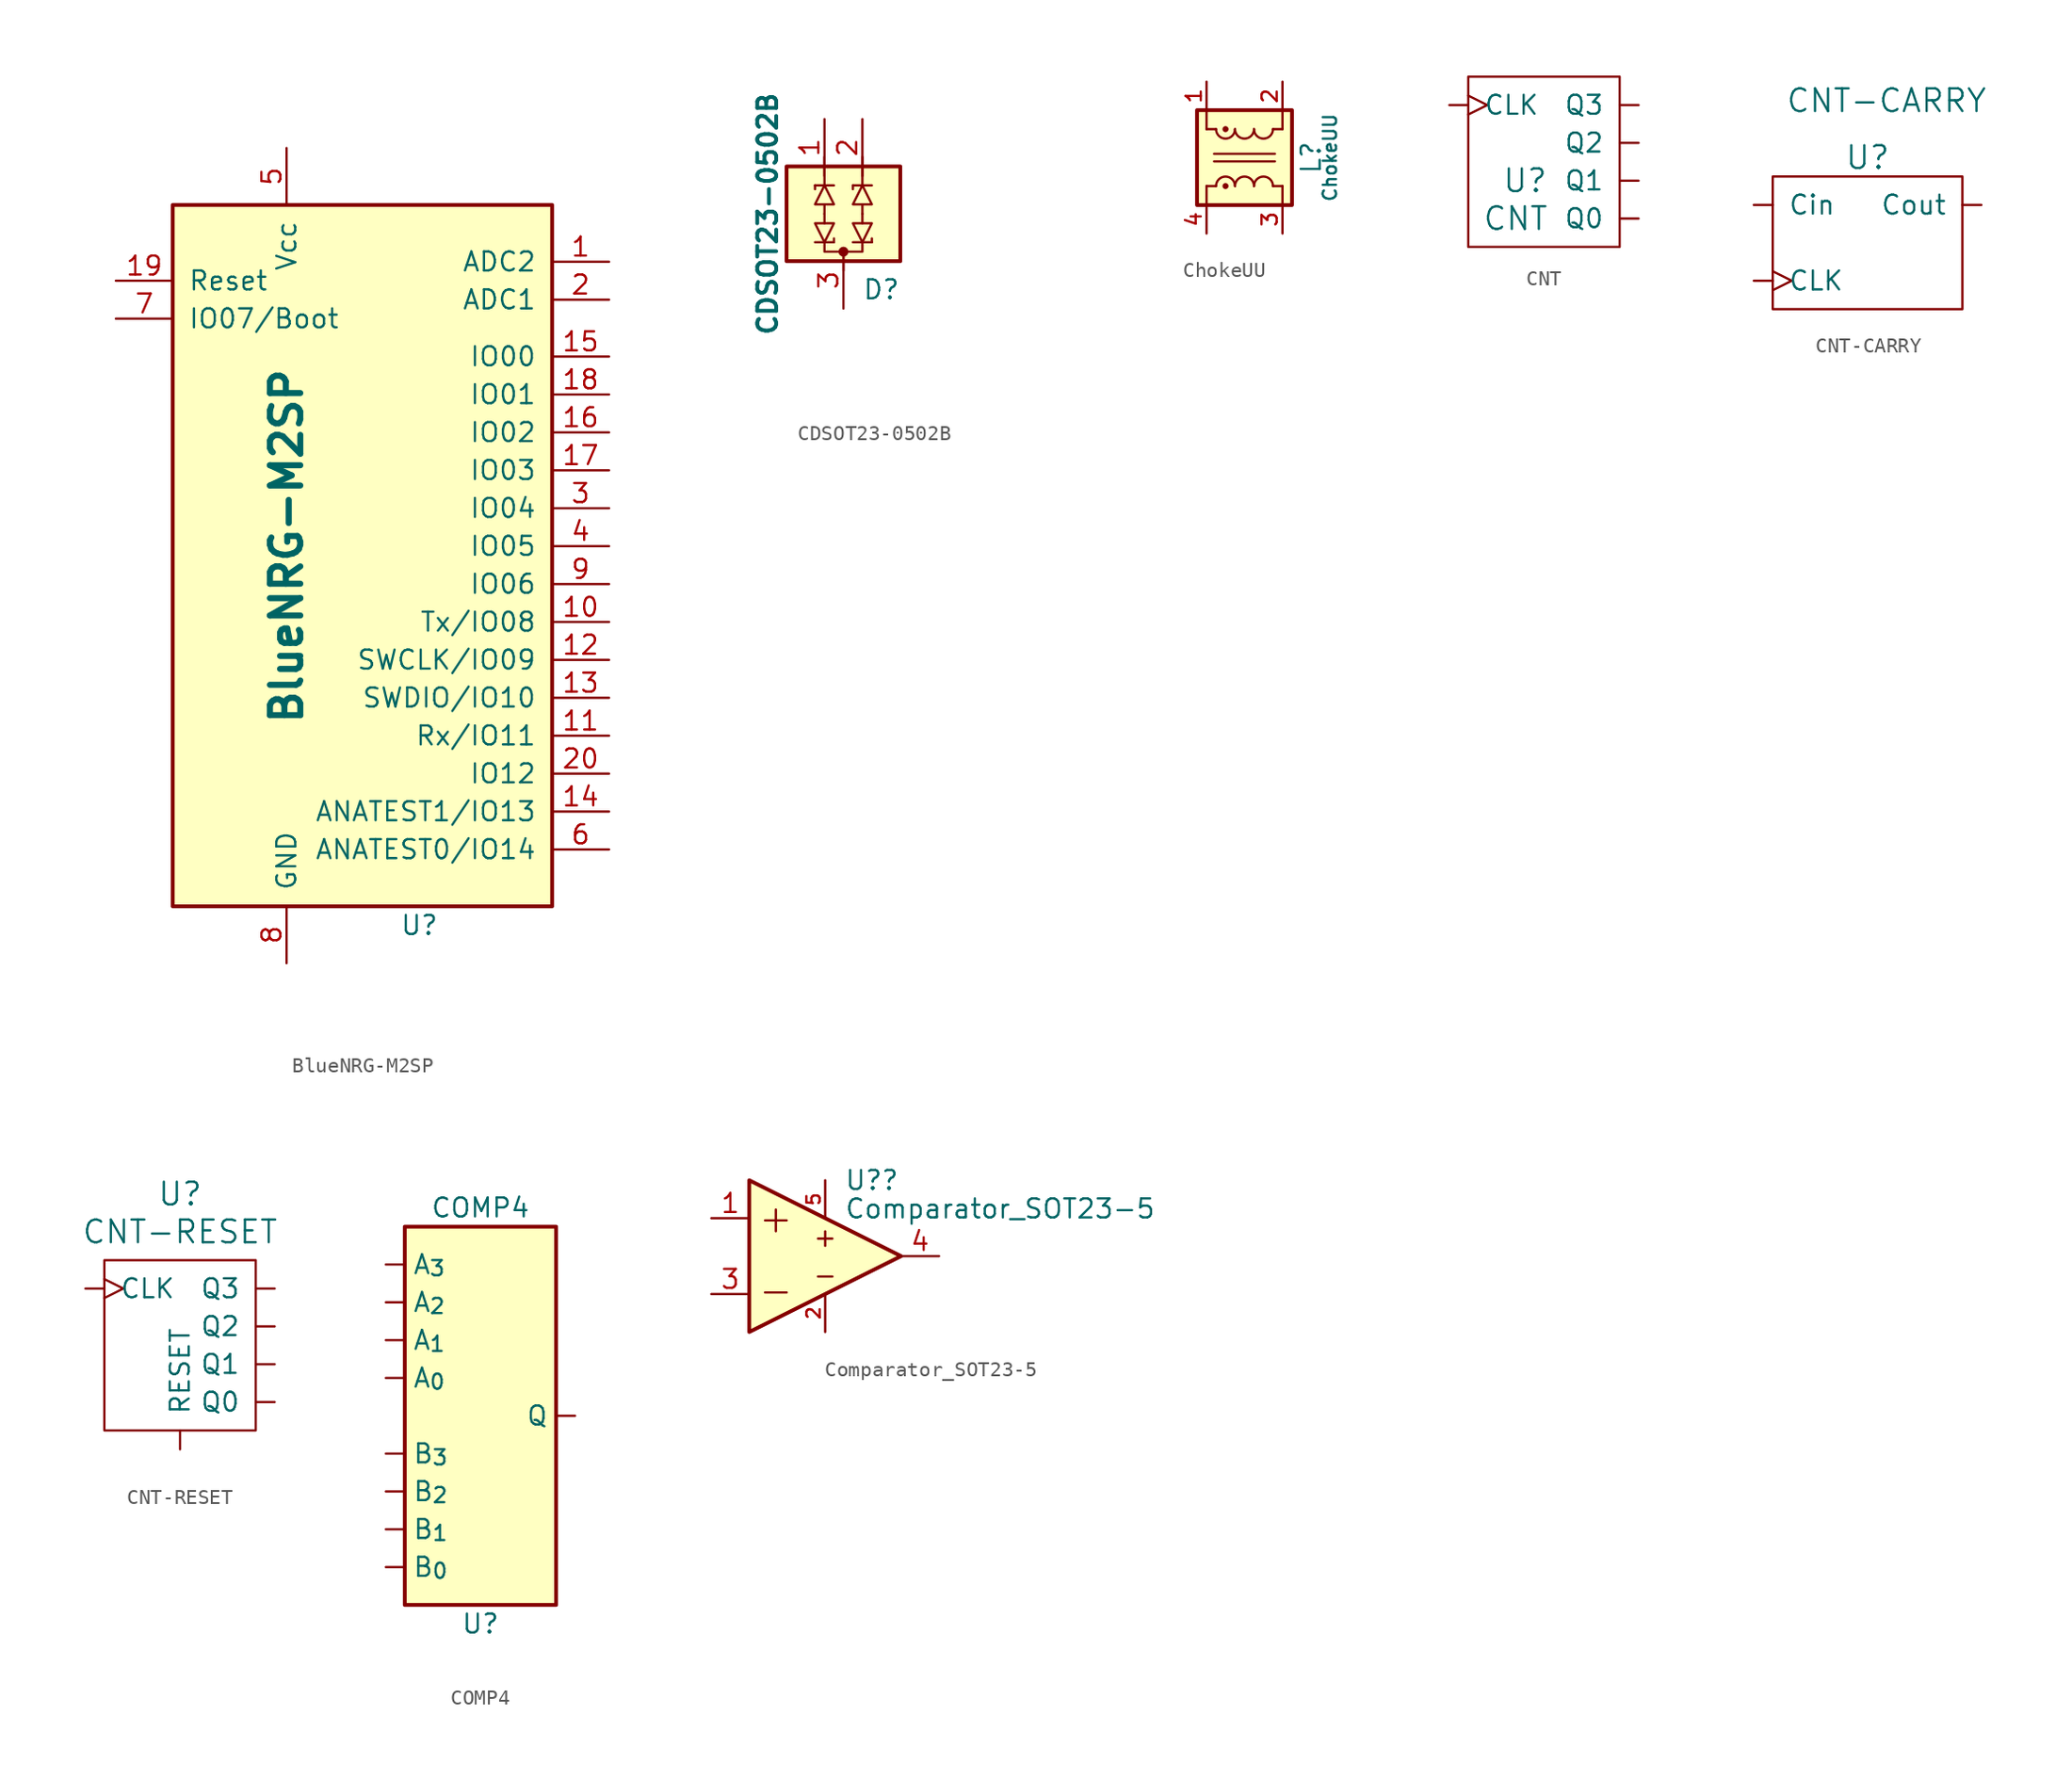
<source format=kicad_sym>
(kicad_symbol_lib
  (version 20231120)
  (generator "kicad_symbol_editor")
  (generator_version "8.0")
  (symbol "BlueNRG-M2SP"
    (pin_names
      (offset 1.016))
    (property "Reference" "U"
      (at 8.89 -25.4 0)
      (effects (font (size 1.27 1.27))))
    (property "Value" "BlueNRG-M2SP"
      (at 0 0 90)
      (effects (font (size 2.032 2.032) (bold yes))))
    (symbol "BlueNRG-M2SP_0_1"
      (rectangle (start -7.62 22.86) (end 17.78 -24.13) (stroke (width 0.254) (type default)) (fill (type background))))
    (symbol "BlueNRG-M2SP_1_1"
      (pin passive line (at 21.59 19.05 180) (length 3.81) (name "ADC2" (effects (font (size 1.27 1.27)))) (number "1" (effects (font (size 1.27 1.27)))))
      (pin passive line (at 21.59 -5.08 180) (length 3.81) (name "Tx/IO08" (effects (font (size 1.27 1.27)))) (number "10" (effects (font (size 1.27 1.27)))))
      (pin passive line (at 21.59 -12.7 180) (length 3.81) (name "Rx/IO11" (effects (font (size 1.27 1.27)))) (number "11" (effects (font (size 1.27 1.27)))))
      (pin passive line (at 21.59 -7.62 180) (length 3.81) (name "SWCLK/IO09" (effects (font (size 1.27 1.27)))) (number "12" (effects (font (size 1.27 1.27)))))
      (pin passive line (at 21.59 -10.16 180) (length 3.81) (name "SWDIO/IO10" (effects (font (size 1.27 1.27)))) (number "13" (effects (font (size 1.27 1.27)))))
      (pin passive line (at 21.59 -17.78 180) (length 3.81) (name "ANATEST1/IO13" (effects (font (size 1.27 1.27)))) (number "14" (effects (font (size 1.27 1.27)))))
      (pin passive line (at 21.59 12.7 180) (length 3.81) (name "IO00" (effects (font (size 1.27 1.27)))) (number "15" (effects (font (size 1.27 1.27)))))
      (pin passive line (at 21.59 7.62 180) (length 3.81) (name "IO02" (effects (font (size 1.27 1.27)))) (number "16" (effects (font (size 1.27 1.27)))))
      (pin passive line (at 21.59 5.08 180) (length 3.81) (name "IO03" (effects (font (size 1.27 1.27)))) (number "17" (effects (font (size 1.27 1.27)))))
      (pin passive line (at 21.59 10.16 180) (length 3.81) (name "IO01" (effects (font (size 1.27 1.27)))) (number "18" (effects (font (size 1.27 1.27)))))
      (pin passive line (at -11.43 17.78 0) (length 3.81) (name "Reset" (effects (font (size 1.27 1.27)))) (number "19" (effects (font (size 1.27 1.27)))))
      (pin passive line (at 21.59 16.51 180) (length 3.81) (name "ADC1" (effects (font (size 1.27 1.27)))) (number "2" (effects (font (size 1.27 1.27)))))
      (pin passive line (at 21.59 -15.24 180) (length 3.81) (name "IO12" (effects (font (size 1.27 1.27)))) (number "20" (effects (font (size 1.27 1.27)))))
      (pin passive line (at 21.59 2.54 180) (length 3.81) (name "IO04" (effects (font (size 1.27 1.27)))) (number "3" (effects (font (size 1.27 1.27)))))
      (pin passive line (at 21.59 0 180) (length 3.81) (name "IO05" (effects (font (size 1.27 1.27)))) (number "4" (effects (font (size 1.27 1.27)))))
      (pin passive line (at 0 26.67 270) (length 3.81) (name "Vcc" (effects (font (size 1.27 1.27)))) (number "5" (effects (font (size 1.27 1.27)))))
      (pin passive line (at 21.59 -20.32 180) (length 3.81) (name "ANATEST0/IO14" (effects (font (size 1.27 1.27)))) (number "6" (effects (font (size 1.27 1.27)))))
      (pin passive line (at -11.43 15.24 0) (length 3.81) (name "IO07/Boot" (effects (font (size 1.27 1.27)))) (number "7" (effects (font (size 1.27 1.27)))))
      (pin passive line (at 0 -27.94 90) (length 3.81) (name "GND" (effects (font (size 1.27 1.27)))) (number "8" (effects (font (size 1.27 1.27)))))
      (pin passive line (at 21.59 -2.54 180) (length 3.81) (name "IO06" (effects (font (size 1.27 1.27)))) (number "9" (effects (font (size 1.27 1.27)))))))
  (symbol "CDSOT23-0502B"
    (pin_names
      (offset 1.016))
    (property "Reference" "D"
      (at 2.54 -5.08 0)
      (effects (font (size 1.27 1.27))))
    (property "Value" "CDSOT23-0502B"
      (at -5.08 0 90)
      (effects (font (size 1.27 1.27) (bold yes))))
    (property "Datasheet" ""
      (at 10.16 -11.43 0)
      (effects (font (size 1.524 1.524))))
    (symbol "CDSOT23-0502B_0_0"
      (circle (center 0 -2.54) (radius 0.254) (stroke (width 0) (type default)) (fill (type outline)))
      (polyline (pts (xy -1.27 -0.635) (xy -1.27 0)) (stroke (width 0) (type default)) (fill (type none)))
      (polyline (pts (xy -1.27 0.635) (xy -1.27 0)) (stroke (width 0) (type default)) (fill (type none)))
      (polyline (pts (xy 1.27 -0.635) (xy 1.27 0)) (stroke (width 0) (type default)) (fill (type none)))
      (polyline (pts (xy 1.27 0.635) (xy 1.27 0)) (stroke (width 0) (type default)) (fill (type none))))
    (symbol "CDSOT23-0502B_0_1"
      (polyline (pts (xy -1.905 1.905) (xy -1.905 1.651)) (stroke (width 0) (type default)) (fill (type none)))
      (polyline (pts (xy -1.905 1.905) (xy -0.635 1.905)) (stroke (width 0) (type default)) (fill (type none)))
      (polyline (pts (xy -1.27 3.81) (xy -1.27 1.905)) (stroke (width 0) (type default)) (fill (type none)))
      (polyline (pts (xy -0.635 -1.905) (xy -1.905 -1.905)) (stroke (width 0) (type default)) (fill (type none)))
      (polyline (pts (xy -0.635 -1.905) (xy -0.635 -1.651)) (stroke (width 0) (type default)) (fill (type none)))
      (polyline (pts (xy 0 -2.54) (xy 0 -3.81)) (stroke (width 0) (type default)) (fill (type none)))
      (polyline (pts (xy 0.635 1.905) (xy 0.635 1.651)) (stroke (width 0) (type default)) (fill (type none)))
      (polyline (pts (xy 0.635 1.905) (xy 1.905 1.905)) (stroke (width 0) (type default)) (fill (type none)))
      (polyline (pts (xy 1.27 3.81) (xy 1.27 1.905)) (stroke (width 0) (type default)) (fill (type none)))
      (polyline (pts (xy 1.905 -1.905) (xy 0.635 -1.905)) (stroke (width 0) (type default)) (fill (type none)))
      (polyline (pts (xy 1.905 -1.905) (xy 1.905 -1.651)) (stroke (width 0) (type default)) (fill (type none)))
      (polyline (pts (xy -1.27 -1.905) (xy -0.635 -0.635) (xy -1.905 -0.635) (xy -1.27 -1.905)) (stroke (width 0) (type default)) (fill (type none)))
      (polyline (pts (xy -1.27 1.905) (xy -1.905 0.635) (xy -0.635 0.635) (xy -1.27 1.905)) (stroke (width 0) (type default)) (fill (type none)))
      (polyline (pts (xy 1.27 -1.905) (xy 1.905 -0.635) (xy 0.635 -0.635) (xy 1.27 -1.905)) (stroke (width 0) (type default)) (fill (type none)))
      (polyline (pts (xy 1.27 1.905) (xy 0.635 0.635) (xy 1.905 0.635) (xy 1.27 1.905)) (stroke (width 0) (type default)) (fill (type none)))
      (polyline (pts (xy 1.27 -1.905) (xy 1.27 -2.54) (xy 0 -2.54) (xy -1.27 -2.54) (xy -1.27 -1.905)) (stroke (width 0) (type default)) (fill (type none)))
      (rectangle (start 3.81 -3.175) (end -3.81 3.175) (stroke (width 0.254) (type default)) (fill (type background))))
    (symbol "CDSOT23-0502B_1_1"
      (pin passive line (at -1.27 6.35 270) (length 3.81) (name "~" (effects (font (size 1.27 1.27)))) (number "1" (effects (font (size 1.27 1.27)))))
      (pin passive line (at 1.27 6.35 270) (length 3.81) (name "~" (effects (font (size 1.27 1.27)))) (number "2" (effects (font (size 1.27 1.27)))))
      (pin passive line (at 0 -6.35 90) (length 3.81) (name "~" (effects (font (size 1.27 1.27)))) (number "3" (effects (font (size 1.27 1.27)))))))
  (symbol "ChokeUU"
    (pin_names
      (offset 0))
    (property "Reference" "L"
      (at 4.445 0 90)
      (effects (font (size 1.27 1.27))))
    (property "Value" "ChokeUU"
      (at 5.715 0 90)
      (effects (font (size 0.889 0.889))))
    (property "Datasheet" ""
      (at -8.89 0 0)
      (effects (font (size 1.524 1.524))))
    (symbol "ChokeUU_0_1"
      (rectangle (start -3.175 3.175) (end 3.175 -3.175) (stroke (width 0.254) (type default)) (fill (type background)))
      (arc (start -1.905 1.905) (mid -1.27 1.2727) (end -0.635 1.905) (stroke (width 0) (type default)) (fill (type none)))
      (circle (center -1.27 -1.905) (radius 0.127) (stroke (width 0) (type default)) (fill (type outline)))
      (circle (center -1.27 1.905) (radius 0.127) (stroke (width 0) (type default)) (fill (type outline)))
      (arc (start -0.635 -1.905) (mid -1.27 -1.2727) (end -1.905 -1.905) (stroke (width 0) (type default)) (fill (type none)))
      (arc (start -0.635 1.905) (mid 0 1.2727) (end 0.635 1.905) (stroke (width 0) (type default)) (fill (type none)))
      (polyline (pts (xy -2.54 -1.905) (xy -2.54 -3.175)) (stroke (width 0.152) (type default)) (fill (type none)))
      (polyline (pts (xy -2.54 1.905) (xy -1.905 1.905)) (stroke (width 0) (type default)) (fill (type none)))
      (polyline (pts (xy -2.54 3.175) (xy -2.54 1.905)) (stroke (width 0.152) (type default)) (fill (type none)))
      (polyline (pts (xy -2.032 -0.254) (xy 2.032 -0.254)) (stroke (width 0) (type default)) (fill (type none)))
      (polyline (pts (xy -2.032 0.254) (xy 2.032 0.254)) (stroke (width 0) (type default)) (fill (type none)))
      (polyline (pts (xy -1.905 -1.905) (xy -2.54 -1.905)) (stroke (width 0) (type default)) (fill (type none)))
      (polyline (pts (xy 1.905 -1.905) (xy 2.54 -1.905)) (stroke (width 0) (type default)) (fill (type none)))
      (polyline (pts (xy 1.905 1.905) (xy 2.54 1.905)) (stroke (width 0) (type default)) (fill (type none)))
      (polyline (pts (xy 2.54 -1.905) (xy 2.54 -3.175)) (stroke (width 0.152) (type default)) (fill (type none)))
      (polyline (pts (xy 2.54 3.175) (xy 2.54 1.905)) (stroke (width 0.152) (type default)) (fill (type none)))
      (arc (start 0.635 -1.905) (mid 0 -1.2727) (end -0.635 -1.905) (stroke (width 0) (type default)) (fill (type none)))
      (arc (start 0.635 1.905) (mid 1.27 1.2727) (end 1.905 1.905) (stroke (width 0) (type default)) (fill (type none)))
      (arc (start 1.905 -1.905) (mid 1.27 -1.2727) (end 0.635 -1.905) (stroke (width 0) (type default)) (fill (type none))))
    (symbol "ChokeUU_1_1"
      (pin passive line (at -2.54 5.08 270) (length 1.905) (name "~" (effects (font (size 1.016 1.016)))) (number "1" (effects (font (size 1.016 1.016)))))
      (pin passive line (at 2.54 5.08 270) (length 1.905) (name "~" (effects (font (size 1.016 1.016)))) (number "2" (effects (font (size 1.016 1.016)))))
      (pin passive line (at 2.54 -5.08 90) (length 1.905) (name "~" (effects (font (size 1.016 1.016)))) (number "3" (effects (font (size 1.016 1.016)))))
      (pin passive line (at -2.54 -5.08 90) (length 1.905) (name "~" (effects (font (size 1.016 1.016)))) (number "4" (effects (font (size 1.016 1.016)))))))
  (symbol "CNT"
    (pin_names
      (offset 1.016))
    (property "Reference" "U"
      (at -1.27 -1.27 0)
      (effects (font (size 1.524 1.524))))
    (property "Value" "CNT"
      (at -1.905 -3.81 0)
      (effects (font (size 1.524 1.524))))
    (property "Footprint" ""
      (at 0 1.27 0)
      (effects (font (size 1.524 1.524))))
    (property "Datasheet" ""
      (at 0 1.27 0)
      (effects (font (size 1.524 1.524))))
    (symbol "CNT_0_1"
      (rectangle (start -5.08 -5.715) (end 5.08 5.715) (stroke (width 0) (type default)) (fill (type none))))
    (symbol "CNT_1_1"
      (pin input clock (at -6.35 3.81 0) (length 1.27) (name "CLK" (effects (font (size 1.27 1.27)))) (number "~" (effects (font (size 1.27 1.27)))))
      (pin input line (at 6.35 -3.81 180) (length 1.27) (name "Q0" (effects (font (size 1.27 1.27)))) (number "~" (effects (font (size 1.27 1.27)))))
      (pin input line (at 6.35 -1.27 180) (length 1.27) (name "Q1" (effects (font (size 1.27 1.27)))) (number "~" (effects (font (size 1.27 1.27)))))
      (pin input line (at 6.35 1.27 180) (length 1.27) (name "Q2" (effects (font (size 1.27 1.27)))) (number "~" (effects (font (size 1.27 1.27)))))
      (pin input line (at 6.35 3.81 180) (length 1.27) (name "Q3" (effects (font (size 1.27 1.27)))) (number "~" (effects (font (size 1.27 1.27)))))))
  (symbol "CNT-CARRY"
    (pin_names
      (offset 1.016))
    (property "Reference" "U"
      (at 0 5.715 0)
      (effects (font (size 1.524 1.524))))
    (property "Value" "CNT-CARRY"
      (at 1.27 9.525 0)
      (effects (font (size 1.524 1.524))))
    (property "Footprint" ""
      (at 0 0 0)
      (effects (font (size 1.524 1.524))))
    (property "Datasheet" ""
      (at 0 0 0)
      (effects (font (size 1.524 1.524))))
    (symbol "CNT-CARRY_0_0"
      (rectangle (start -6.35 4.445) (end 6.35 -4.445) (stroke (width 0) (type default)) (fill (type none))))
    (symbol "CNT-CARRY_1_1"
      (pin bidirectional clock (at -7.62 -2.54 0) (length 1.27) (name "CLK" (effects (font (size 1.27 1.27)))) (number "~" (effects (font (size 1.27 1.27)))))
      (pin input line (at -7.62 2.54 0) (length 1.27) (name "Cin" (effects (font (size 1.27 1.27)))) (number "~" (effects (font (size 1.27 1.27)))))
      (pin input line (at 7.62 2.54 180) (length 1.27) (name "Cout" (effects (font (size 1.27 1.27)))) (number "~" (effects (font (size 1.27 1.27)))))))
  (symbol "CNT-RESET"
    (pin_names
      (offset 1.016))
    (property "Reference" "U"
      (at 0 10.16 0)
      (effects (font (size 1.524 1.524))))
    (property "Value" "CNT-RESET"
      (at 0 7.62 0)
      (effects (font (size 1.524 1.524))))
    (property "Footprint" ""
      (at 0 1.27 0)
      (effects (font (size 1.524 1.524))))
    (property "Datasheet" ""
      (at 0 1.27 0)
      (effects (font (size 1.524 1.524))))
    (symbol "CNT-RESET_0_1"
      (rectangle (start -5.08 -5.715) (end 5.08 5.715) (stroke (width 0) (type default)) (fill (type none))))
    (symbol "CNT-RESET_1_1"
      (pin input clock (at -6.35 3.81 0) (length 1.27) (name "CLK" (effects (font (size 1.27 1.27)))) (number "~" (effects (font (size 1.27 1.27)))))
      (pin input line (at 6.35 -3.81 180) (length 1.27) (name "Q0" (effects (font (size 1.27 1.27)))) (number "~" (effects (font (size 1.27 1.27)))))
      (pin input line (at 6.35 -1.27 180) (length 1.27) (name "Q1" (effects (font (size 1.27 1.27)))) (number "~" (effects (font (size 1.27 1.27)))))
      (pin input line (at 6.35 1.27 180) (length 1.27) (name "Q2" (effects (font (size 1.27 1.27)))) (number "~" (effects (font (size 1.27 1.27)))))
      (pin input line (at 6.35 3.81 180) (length 1.27) (name "Q3" (effects (font (size 1.27 1.27)))) (number "~" (effects (font (size 1.27 1.27)))))
      (pin input line (at 0 -6.985 90) (length 1.27) (name "RESET" (effects (font (size 1.27 1.27)))) (number "~" (effects (font (size 1.27 1.27)))))))
  (symbol "COMP4"
    (property "Reference" "U"
      (at 0 -13.97 0)
      (effects (font (size 1.27 1.27))))
    (property "Value" "COMP4"
      (at 0 13.97 0)
      (effects (font (size 1.27 1.27))))
    (symbol "COMP4_0_1"
      (polyline (pts (xy -5.08 12.7) (xy -5.08 -12.7) (xy 5.08 -12.7) (xy 5.08 12.7) (xy -5.08 12.7)) (stroke (width 0.254) (type default)) (fill (type background))))
    (symbol "COMP4_1_1"
      (pin passive line (at -6.35 2.54 0) (length 1.27) (name "A_{0}" (effects (font (size 1.27 1.27)))) (number "" (effects (font (size 1.27 1.27)))))
      (pin passive line (at -6.35 5.08 0) (length 1.27) (name "A_{1}" (effects (font (size 1.27 1.27)))) (number "" (effects (font (size 1.27 1.27)))))
      (pin passive line (at -6.35 7.62 0) (length 1.27) (name "A_{2}" (effects (font (size 1.27 1.27)))) (number "" (effects (font (size 1.27 1.27)))))
      (pin passive line (at -6.35 10.16 0) (length 1.27) (name "A_{3}" (effects (font (size 1.27 1.27)))) (number "" (effects (font (size 1.27 1.27)))))
      (pin passive line (at -6.35 -10.16 0) (length 1.27) (name "B_{0}" (effects (font (size 1.27 1.27)))) (number "" (effects (font (size 1.27 1.27)))))
      (pin passive line (at -6.35 -7.62 0) (length 1.27) (name "B_{1}" (effects (font (size 1.27 1.27)))) (number "" (effects (font (size 1.27 1.27)))))
      (pin passive line (at -6.35 -5.08 0) (length 1.27) (name "B_{2}" (effects (font (size 1.27 1.27)))) (number "" (effects (font (size 1.27 1.27)))))
      (pin passive line (at -6.35 -2.54 0) (length 1.27) (name "B_{3}" (effects (font (size 1.27 1.27)))) (number "" (effects (font (size 1.27 1.27)))))
      (pin passive line (at 6.35 0 180) (length 1.27) (name "Q" (effects (font (size 1.27 1.27)))) (number "" (effects (font (size 1.27 1.27)))))))
  (symbol "Comparator_SOT23-5"
    (pin_names
      (offset 0.127))
    (property "Reference" "U?"
      (at 1.27 5.08 0)
      (effects (font (size 1.27 1.27)) (justify left)))
    (property "Value" "Comparator_SOT23-5"
      (at 1.27 3.175 0)
      (effects (font (size 1.27 1.27)) (justify left)))
    (symbol "Comparator_SOT23-5_1_1"
      (polyline (pts (xy -5.08 5.08) (xy 5.08 0) (xy -5.08 -5.08) (xy -5.08 5.08)) (stroke (width 0.254) (type default)) (fill (type background)))
      (text "+" (at -3.302 2.54 0) (effects (font (size 1.905 1.905))))
      (text "+" (at 0 1.27 0) (effects (font (size 1.27 1.27))))
      (text "-" (at -3.302 -2.286 0) (effects (font (size 1.905 1.905))))
      (text "-" (at 0 -1.27 0) (effects (font (size 1.27 1.27))))
      (pin passive line (at -7.62 2.54 0) (length 2.54) (name "" (effects (font (size 1.778 1.778)))) (number "1" (effects (font (size 1.27 1.27)))))
      (pin power_in line (at 0 -5.08 90) (length 2.54) (name "" (effects (font (size 0.635 0.635)))) (number "2" (effects (font (size 0.889 0.889)))))
      (pin passive line (at -7.62 -2.54 0) (length 2.54) (name "" (effects (font (size 1.778 1.778)))) (number "3" (effects (font (size 1.27 1.27)))))
      (pin passive line (at 7.62 0 180) (length 2.54) (name "~" (effects (font (size 1.27 1.27)))) (number "4" (effects (font (size 1.27 1.27)))))
      (pin power_in line (at 0 5.08 270) (length 2.54) (name "" (effects (font (size 0.635 0.635)))) (number "5" (effects (font (size 0.889 0.889))))))))
</source>
